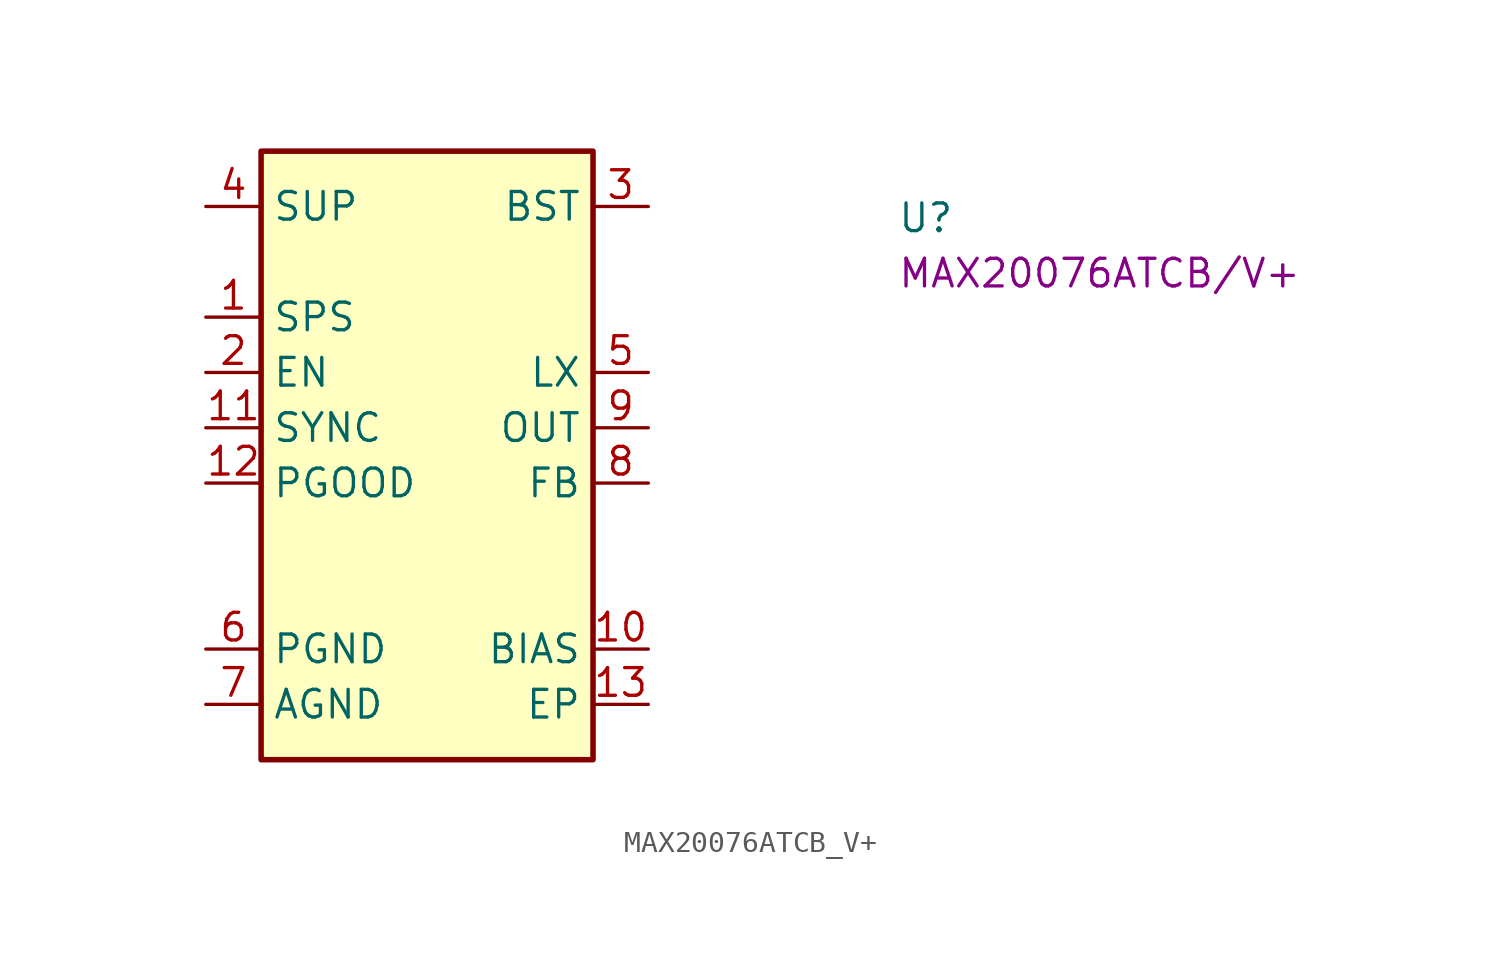
<source format=kicad_sym>
(kicad_symbol_lib
  (version 20220914)
  (generator kicad_symbol_editor)
  (symbol "MAX20076ATCB_V+"
    (property "Reference" "U"
      (at 31.75 -1.27 0)
      (effects (font (size 1.27 1.27)) (justify left bottom)))
    (property "MPN" "MAX20076ATCB/V+"
      (at 31.75 -3.81 0)
      (effects (font (size 1.27 1.27)) (justify left bottom)))
    (symbol "MAX20076ATCB_V+_1_1"
      (rectangle (start 2.54 2.54) (end 17.78 -25.4) (stroke (width 0.254) (type default)) (fill (type background)))
      (pin input line (at 0 -5.08 0) (length 2.54) (name "SPS" (effects (font (size 1.27 1.27)))) (number "1" (effects (font (size 1.27 1.27)))))
      (pin passive line (at 20.32 -20.32 180) (length 2.54) (name "BIAS" (effects (font (size 1.27 1.27)))) (number "10" (effects (font (size 1.27 1.27)))))
      (pin input line (at 0 -10.16 0) (length 2.54) (name "SYNC" (effects (font (size 1.27 1.27)))) (number "11" (effects (font (size 1.27 1.27)))))
      (pin output line (at 0 -12.7 0) (length 2.54) (name "PGOOD" (effects (font (size 1.27 1.27)))) (number "12" (effects (font (size 1.27 1.27)))))
      (pin power_in line (at 20.32 -22.86 180) (length 2.54) (name "EP" (effects (font (size 1.27 1.27)))) (number "13" (effects (font (size 1.27 1.27)))))
      (pin input line (at 0 -7.62 0) (length 2.54) (name "EN" (effects (font (size 1.27 1.27)))) (number "2" (effects (font (size 1.27 1.27)))))
      (pin passive line (at 20.32 0 180) (length 2.54) (name "BST" (effects (font (size 1.27 1.27)))) (number "3" (effects (font (size 1.27 1.27)))))
      (pin power_in line (at 0 0 0) (length 2.54) (name "SUP" (effects (font (size 1.27 1.27)))) (number "4" (effects (font (size 1.27 1.27)))))
      (pin power_out line (at 20.32 -7.62 180) (length 2.54) (name "LX" (effects (font (size 1.27 1.27)))) (number "5" (effects (font (size 1.27 1.27)))))
      (pin power_in line (at 0 -20.32 0) (length 2.54) (name "PGND" (effects (font (size 1.27 1.27)))) (number "6" (effects (font (size 1.27 1.27)))))
      (pin power_in line (at 0 -22.86 0) (length 2.54) (name "AGND" (effects (font (size 1.27 1.27)))) (number "7" (effects (font (size 1.27 1.27)))))
      (pin passive line (at 20.32 -12.7 180) (length 2.54) (name "FB" (effects (font (size 1.27 1.27)))) (number "8" (effects (font (size 1.27 1.27)))))
      (pin passive line (at 20.32 -10.16 180) (length 2.54) (name "OUT" (effects (font (size 1.27 1.27)))) (number "9" (effects (font (size 1.27 1.27))))))))
</source>
